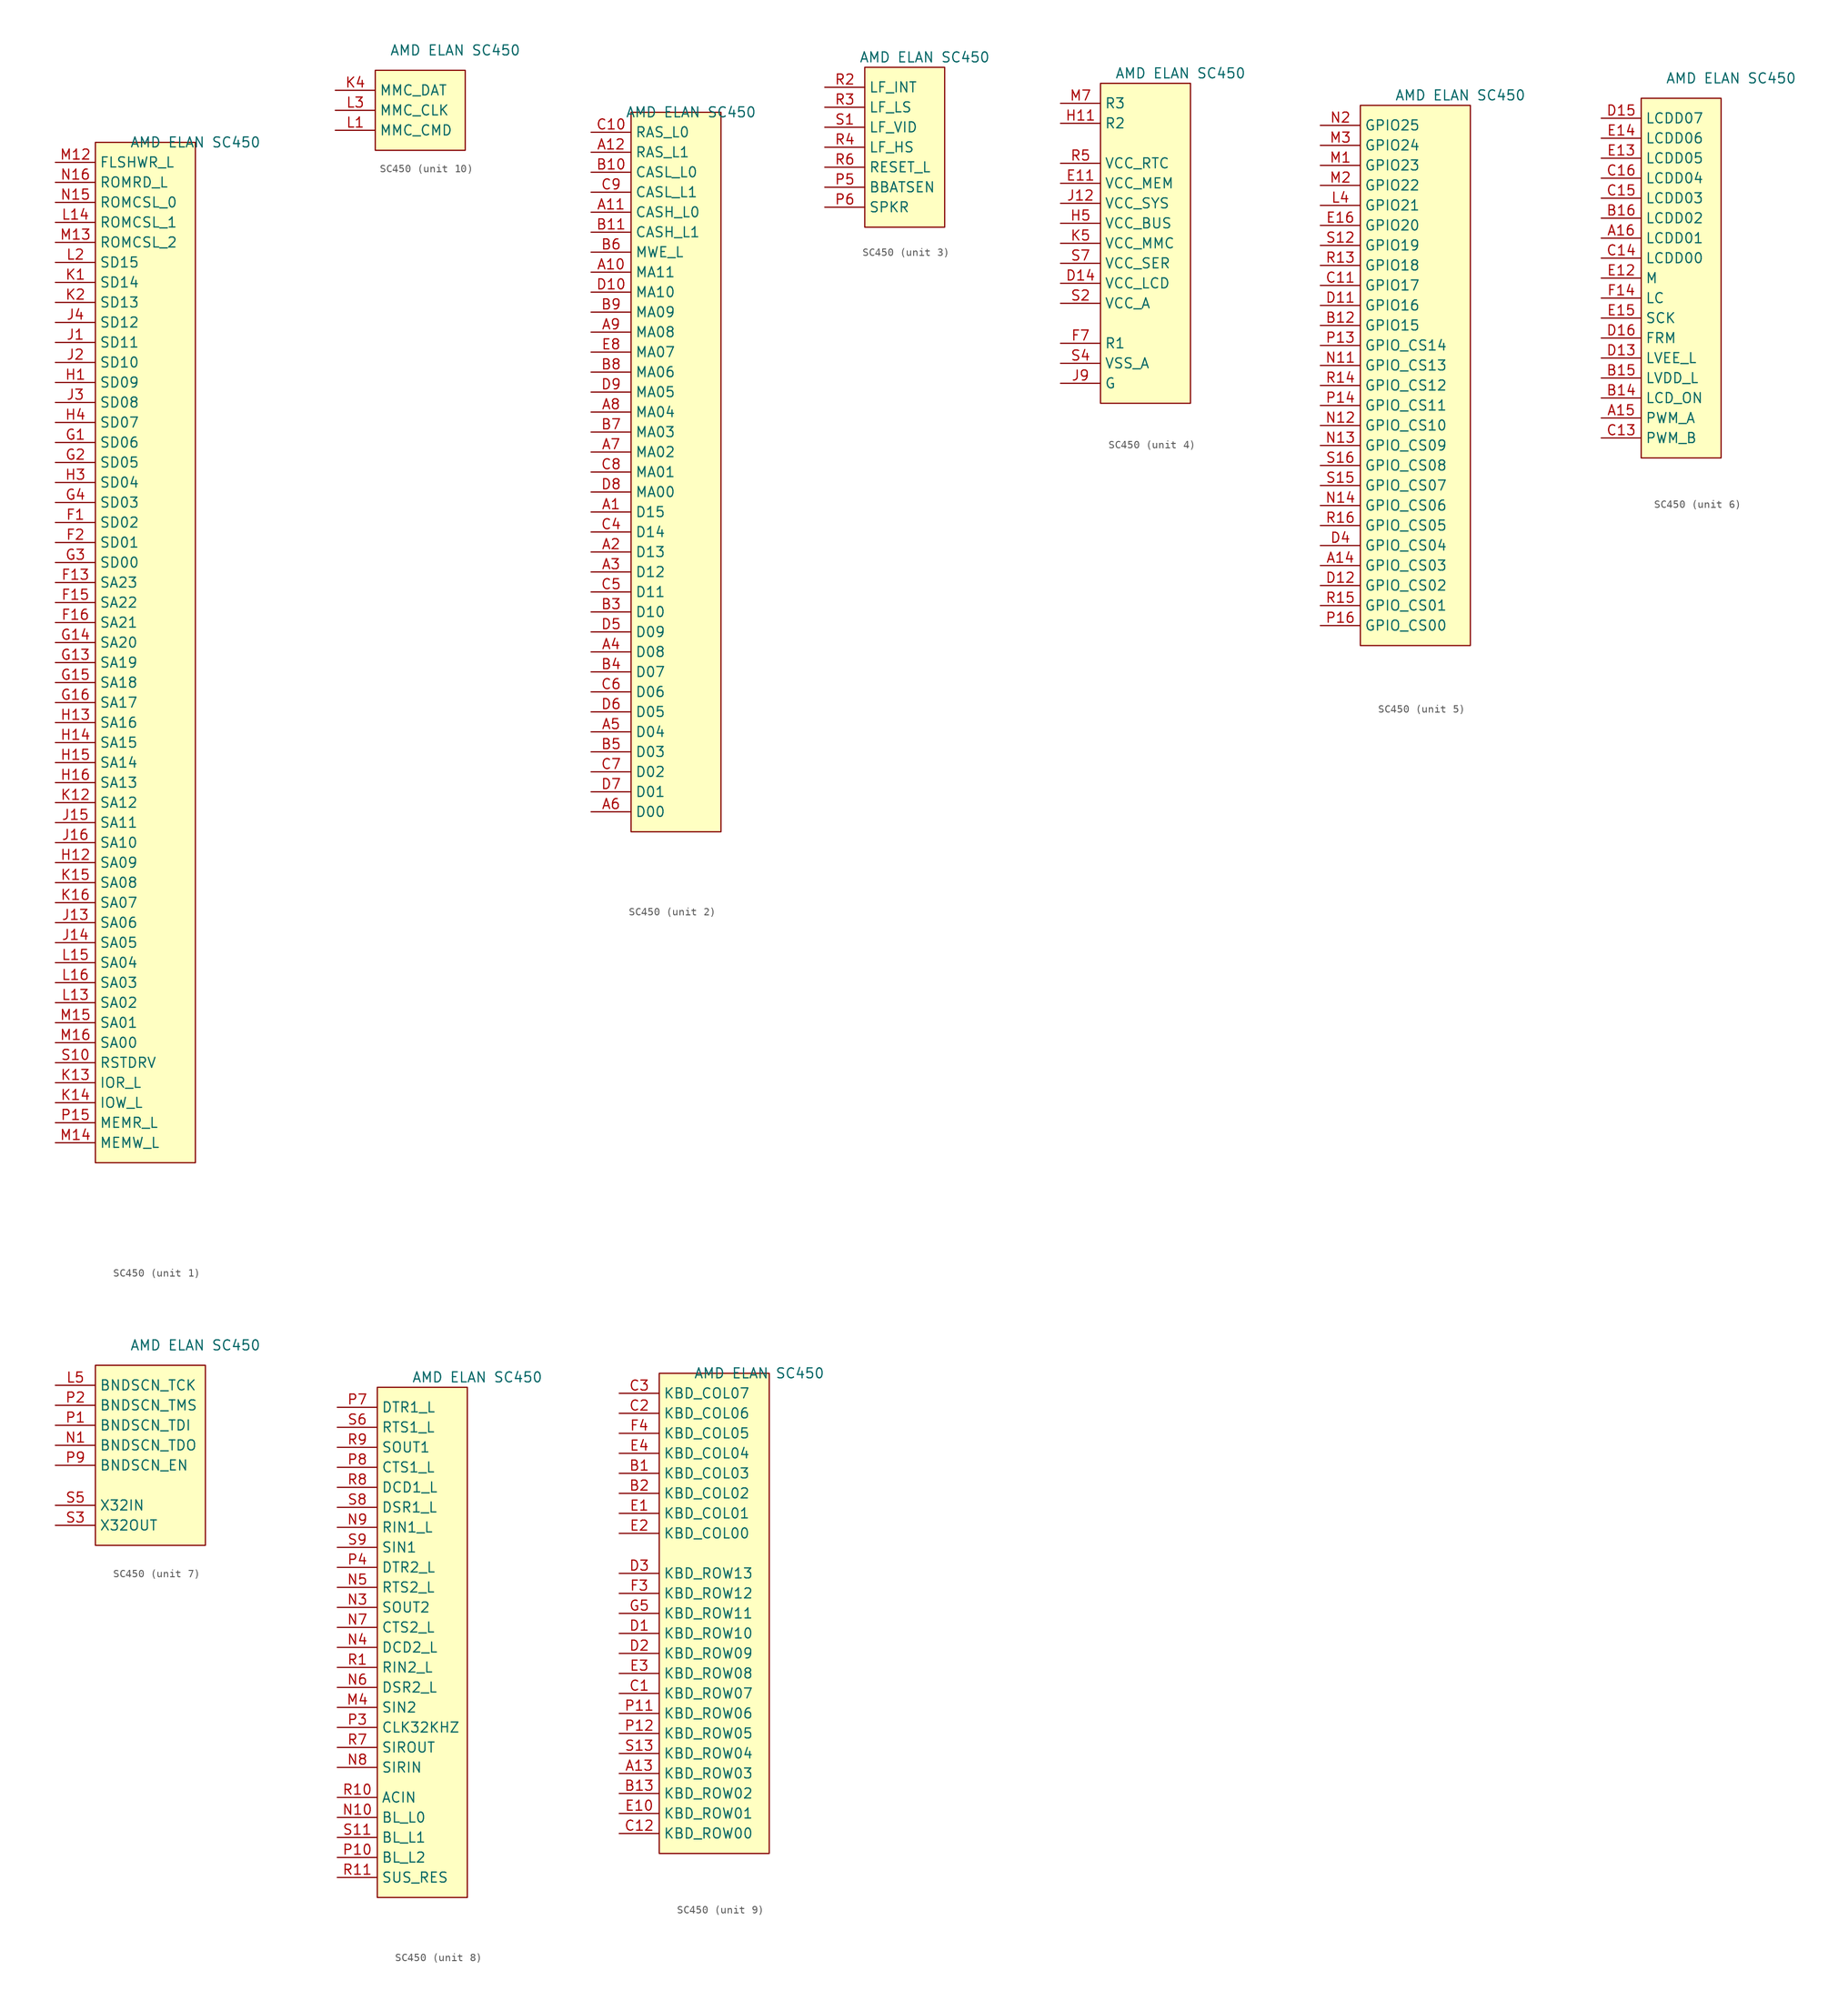
<source format=kicad_sym>
(kicad_symbol_lib
  (version 20241209)
  (generator "kicad_symbol_editor")
  (generator_version "9.0")
  (symbol "SC450"
    (property "Reference" "U"
      (at 0 1.27 0)
      (effects (font (size 1.27 1.27)) (hide yes)))
    (property "Value" "AMD ELAN SC450"
      (at 0 0 0)
      (effects (font (size 1.27 1.27))))
    (property "ki_locked" ""
      (at 0 0 0)
      (effects (font (size 1.27 1.27))))
    (symbol "SC450_1_1"
      (rectangle (start -12.7 0) (end 0 -129.54) (stroke (width 0) (type solid)) (fill (type background)))
      (pin passive line (at -17.78 -2.54 0) (length 5.08) (name "FLSHWR_L" (effects (font (size 1.27 1.27)))) (number "M12" (effects (font (size 1.27 1.27)))))
      (pin passive line (at -17.78 -5.08 0) (length 5.08) (name "ROMRD_L" (effects (font (size 1.27 1.27)))) (number "N16" (effects (font (size 1.27 1.27)))))
      (pin passive line (at -17.78 -7.62 0) (length 5.08) (name "ROMCSL_0" (effects (font (size 1.27 1.27)))) (number "N15" (effects (font (size 1.27 1.27)))))
      (pin passive line (at -17.78 -10.16 0) (length 5.08) (name "ROMCSL_1" (effects (font (size 1.27 1.27)))) (number "L14" (effects (font (size 1.27 1.27)))))
      (pin passive line (at -17.78 -12.7 0) (length 5.08) (name "ROMCSL_2" (effects (font (size 1.27 1.27)))) (number "M13" (effects (font (size 1.27 1.27)))))
      (pin passive line (at -17.78 -15.24 0) (length 5.08) (name "SD15" (effects (font (size 1.27 1.27)))) (number "L2" (effects (font (size 1.27 1.27)))))
      (pin passive line (at -17.78 -17.78 0) (length 5.08) (name "SD14" (effects (font (size 1.27 1.27)))) (number "K1" (effects (font (size 1.27 1.27)))))
      (pin passive line (at -17.78 -20.32 0) (length 5.08) (name "SD13" (effects (font (size 1.27 1.27)))) (number "K2" (effects (font (size 1.27 1.27)))))
      (pin passive line (at -17.78 -22.86 0) (length 5.08) (name "SD12" (effects (font (size 1.27 1.27)))) (number "J4" (effects (font (size 1.27 1.27)))))
      (pin passive line (at -17.78 -25.4 0) (length 5.08) (name "SD11" (effects (font (size 1.27 1.27)))) (number "J1" (effects (font (size 1.27 1.27)))))
      (pin passive line (at -17.78 -27.94 0) (length 5.08) (name "SD10" (effects (font (size 1.27 1.27)))) (number "J2" (effects (font (size 1.27 1.27)))))
      (pin passive line (at -17.78 -30.48 0) (length 5.08) (name "SD09" (effects (font (size 1.27 1.27)))) (number "H1" (effects (font (size 1.27 1.27)))))
      (pin passive line (at -17.78 -33.02 0) (length 5.08) (name "SD08" (effects (font (size 1.27 1.27)))) (number "J3" (effects (font (size 1.27 1.27)))))
      (pin passive line (at -17.78 -35.56 0) (length 5.08) (name "SD07" (effects (font (size 1.27 1.27)))) (number "H4" (effects (font (size 1.27 1.27)))))
      (pin passive line (at -17.78 -38.1 0) (length 5.08) (name "SD06" (effects (font (size 1.27 1.27)))) (number "G1" (effects (font (size 1.27 1.27)))))
      (pin passive line (at -17.78 -40.64 0) (length 5.08) (name "SD05" (effects (font (size 1.27 1.27)))) (number "G2" (effects (font (size 1.27 1.27)))))
      (pin passive line (at -17.78 -43.18 0) (length 5.08) (name "SD04" (effects (font (size 1.27 1.27)))) (number "H3" (effects (font (size 1.27 1.27)))))
      (pin passive line (at -17.78 -45.72 0) (length 5.08) (name "SD03" (effects (font (size 1.27 1.27)))) (number "G4" (effects (font (size 1.27 1.27)))))
      (pin passive line (at -17.78 -48.26 0) (length 5.08) (name "SD02" (effects (font (size 1.27 1.27)))) (number "F1" (effects (font (size 1.27 1.27)))))
      (pin passive line (at -17.78 -50.8 0) (length 5.08) (name "SD01" (effects (font (size 1.27 1.27)))) (number "F2" (effects (font (size 1.27 1.27)))))
      (pin passive line (at -17.78 -53.34 0) (length 5.08) (name "SD00" (effects (font (size 1.27 1.27)))) (number "G3" (effects (font (size 1.27 1.27)))))
      (pin passive line (at -17.78 -55.88 0) (length 5.08) (name "SA23" (effects (font (size 1.27 1.27)))) (number "F13" (effects (font (size 1.27 1.27)))))
      (pin passive line (at -17.78 -58.42 0) (length 5.08) (name "SA22" (effects (font (size 1.27 1.27)))) (number "F15" (effects (font (size 1.27 1.27)))))
      (pin passive line (at -17.78 -60.96 0) (length 5.08) (name "SA21" (effects (font (size 1.27 1.27)))) (number "F16" (effects (font (size 1.27 1.27)))))
      (pin passive line (at -17.78 -63.5 0) (length 5.08) (name "SA20" (effects (font (size 1.27 1.27)))) (number "G14" (effects (font (size 1.27 1.27)))))
      (pin passive line (at -17.78 -66.04 0) (length 5.08) (name "SA19" (effects (font (size 1.27 1.27)))) (number "G13" (effects (font (size 1.27 1.27)))))
      (pin passive line (at -17.78 -68.58 0) (length 5.08) (name "SA18" (effects (font (size 1.27 1.27)))) (number "G15" (effects (font (size 1.27 1.27)))))
      (pin passive line (at -17.78 -71.12 0) (length 5.08) (name "SA17" (effects (font (size 1.27 1.27)))) (number "G16" (effects (font (size 1.27 1.27)))))
      (pin passive line (at -17.78 -73.66 0) (length 5.08) (name "SA16" (effects (font (size 1.27 1.27)))) (number "H13" (effects (font (size 1.27 1.27)))))
      (pin passive line (at -17.78 -76.2 0) (length 5.08) (name "SA15" (effects (font (size 1.27 1.27)))) (number "H14" (effects (font (size 1.27 1.27)))))
      (pin passive line (at -17.78 -78.74 0) (length 5.08) (name "SA14" (effects (font (size 1.27 1.27)))) (number "H15" (effects (font (size 1.27 1.27)))))
      (pin passive line (at -17.78 -81.28 0) (length 5.08) (name "SA13" (effects (font (size 1.27 1.27)))) (number "H16" (effects (font (size 1.27 1.27)))))
      (pin passive line (at -17.78 -83.82 0) (length 5.08) (name "SA12" (effects (font (size 1.27 1.27)))) (number "K12" (effects (font (size 1.27 1.27)))))
      (pin passive line (at -17.78 -86.36 0) (length 5.08) (name "SA11" (effects (font (size 1.27 1.27)))) (number "J15" (effects (font (size 1.27 1.27)))))
      (pin passive line (at -17.78 -88.9 0) (length 5.08) (name "SA10" (effects (font (size 1.27 1.27)))) (number "J16" (effects (font (size 1.27 1.27)))))
      (pin passive line (at -17.78 -91.44 0) (length 5.08) (name "SA09" (effects (font (size 1.27 1.27)))) (number "H12" (effects (font (size 1.27 1.27)))))
      (pin passive line (at -17.78 -93.98 0) (length 5.08) (name "SA08" (effects (font (size 1.27 1.27)))) (number "K15" (effects (font (size 1.27 1.27)))))
      (pin passive line (at -17.78 -96.52 0) (length 5.08) (name "SA07" (effects (font (size 1.27 1.27)))) (number "K16" (effects (font (size 1.27 1.27)))))
      (pin passive line (at -17.78 -99.06 0) (length 5.08) (name "SA06" (effects (font (size 1.27 1.27)))) (number "J13" (effects (font (size 1.27 1.27)))))
      (pin passive line (at -17.78 -101.6 0) (length 5.08) (name "SA05" (effects (font (size 1.27 1.27)))) (number "J14" (effects (font (size 1.27 1.27)))))
      (pin passive line (at -17.78 -104.14 0) (length 5.08) (name "SA04" (effects (font (size 1.27 1.27)))) (number "L15" (effects (font (size 1.27 1.27)))))
      (pin passive line (at -17.78 -106.68 0) (length 5.08) (name "SA03" (effects (font (size 1.27 1.27)))) (number "L16" (effects (font (size 1.27 1.27)))))
      (pin passive line (at -17.78 -109.22 0) (length 5.08) (name "SA02" (effects (font (size 1.27 1.27)))) (number "L13" (effects (font (size 1.27 1.27)))))
      (pin passive line (at -17.78 -111.76 0) (length 5.08) (name "SA01" (effects (font (size 1.27 1.27)))) (number "M15" (effects (font (size 1.27 1.27)))))
      (pin passive line (at -17.78 -114.3 0) (length 5.08) (name "SA00" (effects (font (size 1.27 1.27)))) (number "M16" (effects (font (size 1.27 1.27)))))
      (pin passive line (at -17.78 -116.84 0) (length 5.08) (name "RSTDRV" (effects (font (size 1.27 1.27)))) (number "S10" (effects (font (size 1.27 1.27)))))
      (pin passive line (at -17.78 -119.38 0) (length 5.08) (name "IOR_L" (effects (font (size 1.27 1.27)))) (number "K13" (effects (font (size 1.27 1.27)))))
      (pin passive line (at -17.78 -121.92 0) (length 5.08) (name "IOW_L" (effects (font (size 1.27 1.27)))) (number "K14" (effects (font (size 1.27 1.27)))))
      (pin passive line (at -17.78 -124.46 0) (length 5.08) (name "MEMR_L" (effects (font (size 1.27 1.27)))) (number "P15" (effects (font (size 1.27 1.27)))))
      (pin passive line (at -17.78 -127 0) (length 5.08) (name "MEMW_L" (effects (font (size 1.27 1.27)))) (number "M14" (effects (font (size 1.27 1.27))))))
    (symbol "SC450_2_1"
      (rectangle (start -7.62 0) (end 3.81 -91.44) (stroke (width 0) (type solid)) (fill (type background)))
      (pin passive line (at -12.7 -2.54 0) (length 5.08) (name "RAS_L0" (effects (font (size 1.27 1.27)))) (number "C10" (effects (font (size 1.27 1.27)))))
      (pin passive line (at -12.7 -5.08 0) (length 5.08) (name "RAS_L1" (effects (font (size 1.27 1.27)))) (number "A12" (effects (font (size 1.27 1.27)))))
      (pin passive line (at -12.7 -7.62 0) (length 5.08) (name "CASL_L0" (effects (font (size 1.27 1.27)))) (number "B10" (effects (font (size 1.27 1.27)))))
      (pin passive line (at -12.7 -10.16 0) (length 5.08) (name "CASL_L1" (effects (font (size 1.27 1.27)))) (number "C9" (effects (font (size 1.27 1.27)))))
      (pin passive line (at -12.7 -12.7 0) (length 5.08) (name "CASH_L0" (effects (font (size 1.27 1.27)))) (number "A11" (effects (font (size 1.27 1.27)))))
      (pin passive line (at -12.7 -15.24 0) (length 5.08) (name "CASH_L1" (effects (font (size 1.27 1.27)))) (number "B11" (effects (font (size 1.27 1.27)))))
      (pin passive line (at -12.7 -17.78 0) (length 5.08) (name "MWE_L" (effects (font (size 1.27 1.27)))) (number "B6" (effects (font (size 1.27 1.27)))))
      (pin passive line (at -12.7 -20.32 0) (length 5.08) (name "MA11" (effects (font (size 1.27 1.27)))) (number "A10" (effects (font (size 1.27 1.27)))))
      (pin passive line (at -12.7 -22.86 0) (length 5.08) (name "MA10" (effects (font (size 1.27 1.27)))) (number "D10" (effects (font (size 1.27 1.27)))))
      (pin passive line (at -12.7 -25.4 0) (length 5.08) (name "MA09" (effects (font (size 1.27 1.27)))) (number "B9" (effects (font (size 1.27 1.27)))))
      (pin passive line (at -12.7 -27.94 0) (length 5.08) (name "MA08" (effects (font (size 1.27 1.27)))) (number "A9" (effects (font (size 1.27 1.27)))))
      (pin passive line (at -12.7 -30.48 0) (length 5.08) (name "MA07" (effects (font (size 1.27 1.27)))) (number "E8" (effects (font (size 1.27 1.27)))))
      (pin passive line (at -12.7 -33.02 0) (length 5.08) (name "MA06" (effects (font (size 1.27 1.27)))) (number "B8" (effects (font (size 1.27 1.27)))))
      (pin passive line (at -12.7 -35.56 0) (length 5.08) (name "MA05" (effects (font (size 1.27 1.27)))) (number "D9" (effects (font (size 1.27 1.27)))))
      (pin passive line (at -12.7 -38.1 0) (length 5.08) (name "MA04" (effects (font (size 1.27 1.27)))) (number "A8" (effects (font (size 1.27 1.27)))))
      (pin passive line (at -12.7 -40.64 0) (length 5.08) (name "MA03" (effects (font (size 1.27 1.27)))) (number "B7" (effects (font (size 1.27 1.27)))))
      (pin passive line (at -12.7 -43.18 0) (length 5.08) (name "MA02" (effects (font (size 1.27 1.27)))) (number "A7" (effects (font (size 1.27 1.27)))))
      (pin passive line (at -12.7 -45.72 0) (length 5.08) (name "MA01" (effects (font (size 1.27 1.27)))) (number "C8" (effects (font (size 1.27 1.27)))))
      (pin passive line (at -12.7 -48.26 0) (length 5.08) (name "MA00" (effects (font (size 1.27 1.27)))) (number "D8" (effects (font (size 1.27 1.27)))))
      (pin passive line (at -12.7 -50.8 0) (length 5.08) (name "D15" (effects (font (size 1.27 1.27)))) (number "A1" (effects (font (size 1.27 1.27)))))
      (pin passive line (at -12.7 -53.34 0) (length 5.08) (name "D14" (effects (font (size 1.27 1.27)))) (number "C4" (effects (font (size 1.27 1.27)))))
      (pin passive line (at -12.7 -55.88 0) (length 5.08) (name "D13" (effects (font (size 1.27 1.27)))) (number "A2" (effects (font (size 1.27 1.27)))))
      (pin passive line (at -12.7 -58.42 0) (length 5.08) (name "D12" (effects (font (size 1.27 1.27)))) (number "A3" (effects (font (size 1.27 1.27)))))
      (pin passive line (at -12.7 -60.96 0) (length 5.08) (name "D11" (effects (font (size 1.27 1.27)))) (number "C5" (effects (font (size 1.27 1.27)))))
      (pin passive line (at -12.7 -63.5 0) (length 5.08) (name "D10" (effects (font (size 1.27 1.27)))) (number "B3" (effects (font (size 1.27 1.27)))))
      (pin passive line (at -12.7 -66.04 0) (length 5.08) (name "D09" (effects (font (size 1.27 1.27)))) (number "D5" (effects (font (size 1.27 1.27)))))
      (pin passive line (at -12.7 -68.58 0) (length 5.08) (name "D08" (effects (font (size 1.27 1.27)))) (number "A4" (effects (font (size 1.27 1.27)))))
      (pin passive line (at -12.7 -71.12 0) (length 5.08) (name "D07" (effects (font (size 1.27 1.27)))) (number "B4" (effects (font (size 1.27 1.27)))))
      (pin passive line (at -12.7 -73.66 0) (length 5.08) (name "D06" (effects (font (size 1.27 1.27)))) (number "C6" (effects (font (size 1.27 1.27)))))
      (pin passive line (at -12.7 -76.2 0) (length 5.08) (name "D05" (effects (font (size 1.27 1.27)))) (number "D6" (effects (font (size 1.27 1.27)))))
      (pin passive line (at -12.7 -78.74 0) (length 5.08) (name "D04" (effects (font (size 1.27 1.27)))) (number "A5" (effects (font (size 1.27 1.27)))))
      (pin passive line (at -12.7 -81.28 0) (length 5.08) (name "D03" (effects (font (size 1.27 1.27)))) (number "B5" (effects (font (size 1.27 1.27)))))
      (pin passive line (at -12.7 -83.82 0) (length 5.08) (name "D02" (effects (font (size 1.27 1.27)))) (number "C7" (effects (font (size 1.27 1.27)))))
      (pin passive line (at -12.7 -86.36 0) (length 5.08) (name "D01" (effects (font (size 1.27 1.27)))) (number "D7" (effects (font (size 1.27 1.27)))))
      (pin passive line (at -12.7 -88.9 0) (length 5.08) (name "D00" (effects (font (size 1.27 1.27)))) (number "A6" (effects (font (size 1.27 1.27))))))
    (symbol "SC450_3_1"
      (rectangle (start -7.62 -1.27) (end 2.54 -21.59) (stroke (width 0) (type solid)) (fill (type background)))
      (pin passive line (at -12.7 -3.81 0) (length 5.08) (name "LF_INT" (effects (font (size 1.27 1.27)))) (number "R2" (effects (font (size 1.27 1.27)))))
      (pin passive line (at -12.7 -6.35 0) (length 5.08) (name "LF_LS" (effects (font (size 1.27 1.27)))) (number "R3" (effects (font (size 1.27 1.27)))))
      (pin passive line (at -12.7 -8.89 0) (length 5.08) (name "LF_VID" (effects (font (size 1.27 1.27)))) (number "S1" (effects (font (size 1.27 1.27)))))
      (pin passive line (at -12.7 -11.43 0) (length 5.08) (name "LF_HS" (effects (font (size 1.27 1.27)))) (number "R4" (effects (font (size 1.27 1.27)))))
      (pin passive line (at -12.7 -13.97 0) (length 5.08) (name "RESET_L" (effects (font (size 1.27 1.27)))) (number "R6" (effects (font (size 1.27 1.27)))))
      (pin passive line (at -12.7 -16.51 0) (length 5.08) (name "BBATSEN" (effects (font (size 1.27 1.27)))) (number "P5" (effects (font (size 1.27 1.27)))))
      (pin passive line (at -12.7 -19.05 0) (length 5.08) (name "SPKR" (effects (font (size 1.27 1.27)))) (number "P6" (effects (font (size 1.27 1.27))))))
    (symbol "SC450_4_1"
      (rectangle (start -10.16 -1.27) (end 1.27 -41.91) (stroke (width 0) (type solid)) (fill (type background)))
      (pin passive line (at -15.24 -3.81 0) (length 5.08) (hide yes) (name "R3" (effects (font (size 1.27 1.27)))) (number "G6" (effects (font (size 1.27 1.27)))))
      (pin passive line (at -15.24 -3.81 0) (length 5.08) (hide yes) (name "R3" (effects (font (size 1.27 1.27)))) (number "H6" (effects (font (size 1.27 1.27)))))
      (pin passive line (at -15.24 -3.81 0) (length 5.08) (hide yes) (name "R3" (effects (font (size 1.27 1.27)))) (number "J6" (effects (font (size 1.27 1.27)))))
      (pin passive line (at -15.24 -3.81 0) (length 5.08) (hide yes) (name "R3" (effects (font (size 1.27 1.27)))) (number "L6" (effects (font (size 1.27 1.27)))))
      (pin passive line (at -15.24 -3.81 0) (length 5.08) (hide yes) (name "R3" (effects (font (size 1.27 1.27)))) (number "M10" (effects (font (size 1.27 1.27)))))
      (pin passive line (at -15.24 -3.81 0) (length 5.08) (hide yes) (name "R3" (effects (font (size 1.27 1.27)))) (number "M6" (effects (font (size 1.27 1.27)))))
      (pin passive line (at -15.24 -3.81 0) (length 5.08) (name "R3" (effects (font (size 1.27 1.27)))) (number "M7" (effects (font (size 1.27 1.27)))))
      (pin passive line (at -15.24 -3.81 0) (length 5.08) (hide yes) (name "R3" (effects (font (size 1.27 1.27)))) (number "M8" (effects (font (size 1.27 1.27)))))
      (pin passive line (at -15.24 -3.81 0) (length 5.08) (hide yes) (name "R3" (effects (font (size 1.27 1.27)))) (number "M9" (effects (font (size 1.27 1.27)))))
      (pin passive line (at -15.24 -6.35 0) (length 5.08) (hide yes) (name "R2" (effects (font (size 1.27 1.27)))) (number "F11" (effects (font (size 1.27 1.27)))))
      (pin passive line (at -15.24 -6.35 0) (length 5.08) (hide yes) (name "R2" (effects (font (size 1.27 1.27)))) (number "F6" (effects (font (size 1.27 1.27)))))
      (pin passive line (at -15.24 -6.35 0) (length 5.08) (hide yes) (name "R2" (effects (font (size 1.27 1.27)))) (number "G11" (effects (font (size 1.27 1.27)))))
      (pin passive line (at -15.24 -6.35 0) (length 5.08) (name "R2" (effects (font (size 1.27 1.27)))) (number "H11" (effects (font (size 1.27 1.27)))))
      (pin passive line (at -15.24 -6.35 0) (length 5.08) (hide yes) (name "R2" (effects (font (size 1.27 1.27)))) (number "J11" (effects (font (size 1.27 1.27)))))
      (pin passive line (at -15.24 -6.35 0) (length 5.08) (hide yes) (name "R2" (effects (font (size 1.27 1.27)))) (number "K11" (effects (font (size 1.27 1.27)))))
      (pin passive line (at -15.24 -6.35 0) (length 5.08) (hide yes) (name "R2" (effects (font (size 1.27 1.27)))) (number "K6" (effects (font (size 1.27 1.27)))))
      (pin passive line (at -15.24 -11.43 0) (length 5.08) (name "VCC_RTC" (effects (font (size 1.27 1.27)))) (number "R5" (effects (font (size 1.27 1.27)))))
      (pin passive line (at -15.24 -13.97 0) (length 5.08) (name "VCC_MEM" (effects (font (size 1.27 1.27)))) (number "E11" (effects (font (size 1.27 1.27)))))
      (pin passive line (at -15.24 -13.97 0) (length 5.08) (hide yes) (name "VCC_MEM" (effects (font (size 1.27 1.27)))) (number "E5" (effects (font (size 1.27 1.27)))))
      (pin passive line (at -15.24 -13.97 0) (length 5.08) (hide yes) (name "VCC_MEM" (effects (font (size 1.27 1.27)))) (number "E6" (effects (font (size 1.27 1.27)))))
      (pin passive line (at -15.24 -13.97 0) (length 5.08) (hide yes) (name "VCC_MEM" (effects (font (size 1.27 1.27)))) (number "E7" (effects (font (size 1.27 1.27)))))
      (pin passive line (at -15.24 -13.97 0) (length 5.08) (hide yes) (name "VCC_MEM" (effects (font (size 1.27 1.27)))) (number "E9" (effects (font (size 1.27 1.27)))))
      (pin passive line (at -15.24 -13.97 0) (length 5.08) (hide yes) (name "VCC_MEM" (effects (font (size 1.27 1.27)))) (number "F5" (effects (font (size 1.27 1.27)))))
      (pin passive line (at -15.24 -16.51 0) (length 5.08) (hide yes) (name "VCC_SYS" (effects (font (size 1.27 1.27)))) (number "G12" (effects (font (size 1.27 1.27)))))
      (pin passive line (at -15.24 -16.51 0) (length 5.08) (name "VCC_SYS" (effects (font (size 1.27 1.27)))) (number "J12" (effects (font (size 1.27 1.27)))))
      (pin passive line (at -15.24 -16.51 0) (length 5.08) (hide yes) (name "VCC_SYS" (effects (font (size 1.27 1.27)))) (number "L12" (effects (font (size 1.27 1.27)))))
      (pin passive line (at -15.24 -16.51 0) (length 5.08) (hide yes) (name "VCC_SYS" (effects (font (size 1.27 1.27)))) (number "M11" (effects (font (size 1.27 1.27)))))
      (pin passive line (at -15.24 -16.51 0) (length 5.08) (hide yes) (name "VCC_SYS" (effects (font (size 1.27 1.27)))) (number "R12" (effects (font (size 1.27 1.27)))))
      (pin passive line (at -15.24 -16.51 0) (length 5.08) (hide yes) (name "VCC_SYS" (effects (font (size 1.27 1.27)))) (number "S14" (effects (font (size 1.27 1.27)))))
      (pin passive line (at -15.24 -19.05 0) (length 5.08) (hide yes) (name "VCC_BUS" (effects (font (size 1.27 1.27)))) (number "H2" (effects (font (size 1.27 1.27)))))
      (pin passive line (at -15.24 -19.05 0) (length 5.08) (name "VCC_BUS" (effects (font (size 1.27 1.27)))) (number "H5" (effects (font (size 1.27 1.27)))))
      (pin passive line (at -15.24 -19.05 0) (length 5.08) (hide yes) (name "VCC_BUS" (effects (font (size 1.27 1.27)))) (number "J5" (effects (font (size 1.27 1.27)))))
      (pin passive line (at -15.24 -19.05 0) (length 5.08) (hide yes) (name "VCC_BUS" (effects (font (size 1.27 1.27)))) (number "K3" (effects (font (size 1.27 1.27)))))
      (pin passive line (at -15.24 -21.59 0) (length 5.08) (name "VCC_MMC" (effects (font (size 1.27 1.27)))) (number "K5" (effects (font (size 1.27 1.27)))))
      (pin passive line (at -15.24 -24.13 0) (length 5.08) (hide yes) (name "VCC_SER" (effects (font (size 1.27 1.27)))) (number "M5" (effects (font (size 1.27 1.27)))))
      (pin passive line (at -15.24 -24.13 0) (length 5.08) (name "VCC_SER" (effects (font (size 1.27 1.27)))) (number "S7" (effects (font (size 1.27 1.27)))))
      (pin passive line (at -15.24 -26.67 0) (length 5.08) (name "VCC_LCD" (effects (font (size 1.27 1.27)))) (number "D14" (effects (font (size 1.27 1.27)))))
      (pin passive line (at -15.24 -26.67 0) (length 5.08) (hide yes) (name "VCC_LCD" (effects (font (size 1.27 1.27)))) (number "F12" (effects (font (size 1.27 1.27)))))
      (pin passive line (at -15.24 -29.21 0) (length 5.08) (name "VCC_A" (effects (font (size 1.27 1.27)))) (number "S2" (effects (font (size 1.27 1.27)))))
      (pin passive line (at -15.24 -34.29 0) (length 5.08) (hide yes) (name "R1" (effects (font (size 1.27 1.27)))) (number "F10" (effects (font (size 1.27 1.27)))))
      (pin passive line (at -15.24 -34.29 0) (length 5.08) (name "R1" (effects (font (size 1.27 1.27)))) (number "F7" (effects (font (size 1.27 1.27)))))
      (pin passive line (at -15.24 -34.29 0) (length 5.08) (hide yes) (name "R1" (effects (font (size 1.27 1.27)))) (number "F8" (effects (font (size 1.27 1.27)))))
      (pin passive line (at -15.24 -34.29 0) (length 5.08) (hide yes) (name "R1" (effects (font (size 1.27 1.27)))) (number "F9" (effects (font (size 1.27 1.27)))))
      (pin passive line (at -15.24 -34.29 0) (length 5.08) (hide yes) (name "R1" (effects (font (size 1.27 1.27)))) (number "G10" (effects (font (size 1.27 1.27)))))
      (pin passive line (at -15.24 -34.29 0) (length 5.08) (hide yes) (name "R1" (effects (font (size 1.27 1.27)))) (number "G7" (effects (font (size 1.27 1.27)))))
      (pin passive line (at -15.24 -34.29 0) (length 5.08) (hide yes) (name "R1" (effects (font (size 1.27 1.27)))) (number "H10" (effects (font (size 1.27 1.27)))))
      (pin passive line (at -15.24 -34.29 0) (length 5.08) (hide yes) (name "R1" (effects (font (size 1.27 1.27)))) (number "H7" (effects (font (size 1.27 1.27)))))
      (pin passive line (at -15.24 -34.29 0) (length 5.08) (hide yes) (name "R1" (effects (font (size 1.27 1.27)))) (number "J10" (effects (font (size 1.27 1.27)))))
      (pin passive line (at -15.24 -34.29 0) (length 5.08) (hide yes) (name "R1" (effects (font (size 1.27 1.27)))) (number "J7" (effects (font (size 1.27 1.27)))))
      (pin passive line (at -15.24 -34.29 0) (length 5.08) (hide yes) (name "R1" (effects (font (size 1.27 1.27)))) (number "K10" (effects (font (size 1.27 1.27)))))
      (pin passive line (at -15.24 -34.29 0) (length 5.08) (hide yes) (name "R1" (effects (font (size 1.27 1.27)))) (number "K7" (effects (font (size 1.27 1.27)))))
      (pin passive line (at -15.24 -34.29 0) (length 5.08) (hide yes) (name "R1" (effects (font (size 1.27 1.27)))) (number "L10" (effects (font (size 1.27 1.27)))))
      (pin passive line (at -15.24 -34.29 0) (length 5.08) (hide yes) (name "R1" (effects (font (size 1.27 1.27)))) (number "L11" (effects (font (size 1.27 1.27)))))
      (pin passive line (at -15.24 -34.29 0) (length 5.08) (hide yes) (name "R1" (effects (font (size 1.27 1.27)))) (number "L7" (effects (font (size 1.27 1.27)))))
      (pin passive line (at -15.24 -34.29 0) (length 5.08) (hide yes) (name "R1" (effects (font (size 1.27 1.27)))) (number "L8" (effects (font (size 1.27 1.27)))))
      (pin passive line (at -15.24 -34.29 0) (length 5.08) (hide yes) (name "R1" (effects (font (size 1.27 1.27)))) (number "L9" (effects (font (size 1.27 1.27)))))
      (pin passive line (at -15.24 -36.83 0) (length 5.08) (name "VSS_A" (effects (font (size 1.27 1.27)))) (number "S4" (effects (font (size 1.27 1.27)))))
      (pin passive line (at -15.24 -39.37 0) (length 5.08) (hide yes) (name "G" (effects (font (size 1.27 1.27)))) (number "G8" (effects (font (size 1.27 1.27)))))
      (pin passive line (at -15.24 -39.37 0) (length 5.08) (hide yes) (name "G" (effects (font (size 1.27 1.27)))) (number "G9" (effects (font (size 1.27 1.27)))))
      (pin passive line (at -15.24 -39.37 0) (length 5.08) (hide yes) (name "G" (effects (font (size 1.27 1.27)))) (number "H8" (effects (font (size 1.27 1.27)))))
      (pin passive line (at -15.24 -39.37 0) (length 5.08) (hide yes) (name "G" (effects (font (size 1.27 1.27)))) (number "H9" (effects (font (size 1.27 1.27)))))
      (pin passive line (at -15.24 -39.37 0) (length 5.08) (hide yes) (name "G" (effects (font (size 1.27 1.27)))) (number "J8" (effects (font (size 1.27 1.27)))))
      (pin passive line (at -15.24 -39.37 0) (length 5.08) (name "G" (effects (font (size 1.27 1.27)))) (number "J9" (effects (font (size 1.27 1.27)))))
      (pin passive line (at -15.24 -39.37 0) (length 5.08) (hide yes) (name "G" (effects (font (size 1.27 1.27)))) (number "K8" (effects (font (size 1.27 1.27)))))
      (pin passive line (at -15.24 -39.37 0) (length 5.08) (hide yes) (name "G" (effects (font (size 1.27 1.27)))) (number "K9" (effects (font (size 1.27 1.27))))))
    (symbol "SC450_5_1"
      (rectangle (start -12.7 -1.27) (end 1.27 -69.85) (stroke (width 0) (type solid)) (fill (type background)))
      (pin passive line (at -17.78 -3.81 0) (length 5.08) (name "GPIO25" (effects (font (size 1.27 1.27)))) (number "N2" (effects (font (size 1.27 1.27)))))
      (pin passive line (at -17.78 -6.35 0) (length 5.08) (name "GPIO24" (effects (font (size 1.27 1.27)))) (number "M3" (effects (font (size 1.27 1.27)))))
      (pin passive line (at -17.78 -8.89 0) (length 5.08) (name "GPIO23" (effects (font (size 1.27 1.27)))) (number "M1" (effects (font (size 1.27 1.27)))))
      (pin passive line (at -17.78 -11.43 0) (length 5.08) (name "GPIO22" (effects (font (size 1.27 1.27)))) (number "M2" (effects (font (size 1.27 1.27)))))
      (pin passive line (at -17.78 -13.97 0) (length 5.08) (name "GPIO21" (effects (font (size 1.27 1.27)))) (number "L4" (effects (font (size 1.27 1.27)))))
      (pin passive line (at -17.78 -16.51 0) (length 5.08) (name "GPIO20" (effects (font (size 1.27 1.27)))) (number "E16" (effects (font (size 1.27 1.27)))))
      (pin passive line (at -17.78 -19.05 0) (length 5.08) (name "GPIO19" (effects (font (size 1.27 1.27)))) (number "S12" (effects (font (size 1.27 1.27)))))
      (pin passive line (at -17.78 -21.59 0) (length 5.08) (name "GPIO18" (effects (font (size 1.27 1.27)))) (number "R13" (effects (font (size 1.27 1.27)))))
      (pin passive line (at -17.78 -24.13 0) (length 5.08) (name "GPIO17" (effects (font (size 1.27 1.27)))) (number "C11" (effects (font (size 1.27 1.27)))))
      (pin passive line (at -17.78 -26.67 0) (length 5.08) (name "GPIO16" (effects (font (size 1.27 1.27)))) (number "D11" (effects (font (size 1.27 1.27)))))
      (pin passive line (at -17.78 -29.21 0) (length 5.08) (name "GPIO15" (effects (font (size 1.27 1.27)))) (number "B12" (effects (font (size 1.27 1.27)))))
      (pin passive line (at -17.78 -31.75 0) (length 5.08) (name "GPIO_CS14" (effects (font (size 1.27 1.27)))) (number "P13" (effects (font (size 1.27 1.27)))))
      (pin passive line (at -17.78 -34.29 0) (length 5.08) (name "GPIO_CS13" (effects (font (size 1.27 1.27)))) (number "N11" (effects (font (size 1.27 1.27)))))
      (pin passive line (at -17.78 -36.83 0) (length 5.08) (name "GPIO_CS12" (effects (font (size 1.27 1.27)))) (number "R14" (effects (font (size 1.27 1.27)))))
      (pin passive line (at -17.78 -39.37 0) (length 5.08) (name "GPIO_CS11" (effects (font (size 1.27 1.27)))) (number "P14" (effects (font (size 1.27 1.27)))))
      (pin passive line (at -17.78 -41.91 0) (length 5.08) (name "GPIO_CS10" (effects (font (size 1.27 1.27)))) (number "N12" (effects (font (size 1.27 1.27)))))
      (pin passive line (at -17.78 -44.45 0) (length 5.08) (name "GPIO_CS09" (effects (font (size 1.27 1.27)))) (number "N13" (effects (font (size 1.27 1.27)))))
      (pin passive line (at -17.78 -46.99 0) (length 5.08) (name "GPIO_CS08" (effects (font (size 1.27 1.27)))) (number "S16" (effects (font (size 1.27 1.27)))))
      (pin passive line (at -17.78 -49.53 0) (length 5.08) (name "GPIO_CS07" (effects (font (size 1.27 1.27)))) (number "S15" (effects (font (size 1.27 1.27)))))
      (pin passive line (at -17.78 -52.07 0) (length 5.08) (name "GPIO_CS06" (effects (font (size 1.27 1.27)))) (number "N14" (effects (font (size 1.27 1.27)))))
      (pin passive line (at -17.78 -54.61 0) (length 5.08) (name "GPIO_CS05" (effects (font (size 1.27 1.27)))) (number "R16" (effects (font (size 1.27 1.27)))))
      (pin passive line (at -17.78 -57.15 0) (length 5.08) (name "GPIO_CS04" (effects (font (size 1.27 1.27)))) (number "D4" (effects (font (size 1.27 1.27)))))
      (pin passive line (at -17.78 -59.69 0) (length 5.08) (name "GPIO_CS03" (effects (font (size 1.27 1.27)))) (number "A14" (effects (font (size 1.27 1.27)))))
      (pin passive line (at -17.78 -62.23 0) (length 5.08) (name "GPIO_CS02" (effects (font (size 1.27 1.27)))) (number "D12" (effects (font (size 1.27 1.27)))))
      (pin passive line (at -17.78 -64.77 0) (length 5.08) (name "GPIO_CS01" (effects (font (size 1.27 1.27)))) (number "R15" (effects (font (size 1.27 1.27)))))
      (pin passive line (at -17.78 -67.31 0) (length 5.08) (name "GPIO_CS00" (effects (font (size 1.27 1.27)))) (number "P16" (effects (font (size 1.27 1.27))))))
    (symbol "SC450_6_1"
      (rectangle (start -11.43 -2.54) (end -1.27 -48.26) (stroke (width 0) (type solid)) (fill (type background)))
      (pin passive line (at -16.51 -5.08 0) (length 5.08) (name "LCDD07" (effects (font (size 1.27 1.27)))) (number "D15" (effects (font (size 1.27 1.27)))))
      (pin passive line (at -16.51 -7.62 0) (length 5.08) (name "LCDD06" (effects (font (size 1.27 1.27)))) (number "E14" (effects (font (size 1.27 1.27)))))
      (pin passive line (at -16.51 -10.16 0) (length 5.08) (name "LCDD05" (effects (font (size 1.27 1.27)))) (number "E13" (effects (font (size 1.27 1.27)))))
      (pin passive line (at -16.51 -12.7 0) (length 5.08) (name "LCDD04" (effects (font (size 1.27 1.27)))) (number "C16" (effects (font (size 1.27 1.27)))))
      (pin passive line (at -16.51 -15.24 0) (length 5.08) (name "LCDD03" (effects (font (size 1.27 1.27)))) (number "C15" (effects (font (size 1.27 1.27)))))
      (pin passive line (at -16.51 -17.78 0) (length 5.08) (name "LCDD02" (effects (font (size 1.27 1.27)))) (number "B16" (effects (font (size 1.27 1.27)))))
      (pin passive line (at -16.51 -20.32 0) (length 5.08) (name "LCDD01" (effects (font (size 1.27 1.27)))) (number "A16" (effects (font (size 1.27 1.27)))))
      (pin passive line (at -16.51 -22.86 0) (length 5.08) (name "LCDD00" (effects (font (size 1.27 1.27)))) (number "C14" (effects (font (size 1.27 1.27)))))
      (pin passive line (at -16.51 -25.4 0) (length 5.08) (name "M" (effects (font (size 1.27 1.27)))) (number "E12" (effects (font (size 1.27 1.27)))))
      (pin passive line (at -16.51 -27.94 0) (length 5.08) (name "LC" (effects (font (size 1.27 1.27)))) (number "F14" (effects (font (size 1.27 1.27)))))
      (pin passive line (at -16.51 -30.48 0) (length 5.08) (name "SCK" (effects (font (size 1.27 1.27)))) (number "E15" (effects (font (size 1.27 1.27)))))
      (pin passive line (at -16.51 -33.02 0) (length 5.08) (name "FRM" (effects (font (size 1.27 1.27)))) (number "D16" (effects (font (size 1.27 1.27)))))
      (pin passive line (at -16.51 -35.56 0) (length 5.08) (name "LVEE_L" (effects (font (size 1.27 1.27)))) (number "D13" (effects (font (size 1.27 1.27)))))
      (pin passive line (at -16.51 -38.1 0) (length 5.08) (name "LVDD_L" (effects (font (size 1.27 1.27)))) (number "B15" (effects (font (size 1.27 1.27)))))
      (pin passive line (at -16.51 -40.64 0) (length 5.08) (name "LCD_ON" (effects (font (size 1.27 1.27)))) (number "B14" (effects (font (size 1.27 1.27)))))
      (pin passive line (at -16.51 -43.18 0) (length 5.08) (name "PWM_A" (effects (font (size 1.27 1.27)))) (number "A15" (effects (font (size 1.27 1.27)))))
      (pin passive line (at -16.51 -45.72 0) (length 5.08) (name "PWM_B" (effects (font (size 1.27 1.27)))) (number "C13" (effects (font (size 1.27 1.27))))))
    (symbol "SC450_7_1"
      (rectangle (start -12.7 -2.54) (end 1.27 -25.4) (stroke (width 0) (type solid)) (fill (type background)))
      (pin passive line (at -17.78 -5.08 0) (length 5.08) (name "BNDSCN_TCK" (effects (font (size 1.27 1.27)))) (number "L5" (effects (font (size 1.27 1.27)))))
      (pin passive line (at -17.78 -7.62 0) (length 5.08) (name "BNDSCN_TMS" (effects (font (size 1.27 1.27)))) (number "P2" (effects (font (size 1.27 1.27)))))
      (pin passive line (at -17.78 -10.16 0) (length 5.08) (name "BNDSCN_TDI" (effects (font (size 1.27 1.27)))) (number "P1" (effects (font (size 1.27 1.27)))))
      (pin passive line (at -17.78 -12.7 0) (length 5.08) (name "BNDSCN_TDO" (effects (font (size 1.27 1.27)))) (number "N1" (effects (font (size 1.27 1.27)))))
      (pin passive line (at -17.78 -15.24 0) (length 5.08) (name "BNDSCN_EN" (effects (font (size 1.27 1.27)))) (number "P9" (effects (font (size 1.27 1.27)))))
      (pin passive line (at -17.78 -20.32 0) (length 5.08) (name "X32IN" (effects (font (size 1.27 1.27)))) (number "S5" (effects (font (size 1.27 1.27)))))
      (pin passive line (at -17.78 -22.86 0) (length 5.08) (name "X32OUT" (effects (font (size 1.27 1.27)))) (number "S3" (effects (font (size 1.27 1.27))))))
    (symbol "SC450_8_1"
      (rectangle (start -12.7 -1.27) (end -1.27 -66.04) (stroke (width 0) (type solid)) (fill (type background)))
      (pin passive line (at -17.78 -3.81 0) (length 5.08) (name "DTR1_L" (effects (font (size 1.27 1.27)))) (number "P7" (effects (font (size 1.27 1.27)))))
      (pin passive line (at -17.78 -6.35 0) (length 5.08) (name "RTS1_L" (effects (font (size 1.27 1.27)))) (number "S6" (effects (font (size 1.27 1.27)))))
      (pin passive line (at -17.78 -8.89 0) (length 5.08) (name "SOUT1" (effects (font (size 1.27 1.27)))) (number "R9" (effects (font (size 1.27 1.27)))))
      (pin passive line (at -17.78 -11.43 0) (length 5.08) (name "CTS1_L" (effects (font (size 1.27 1.27)))) (number "P8" (effects (font (size 1.27 1.27)))))
      (pin passive line (at -17.78 -13.97 0) (length 5.08) (name "DCD1_L" (effects (font (size 1.27 1.27)))) (number "R8" (effects (font (size 1.27 1.27)))))
      (pin passive line (at -17.78 -16.51 0) (length 5.08) (name "DSR1_L" (effects (font (size 1.27 1.27)))) (number "S8" (effects (font (size 1.27 1.27)))))
      (pin passive line (at -17.78 -19.05 0) (length 5.08) (name "RIN1_L" (effects (font (size 1.27 1.27)))) (number "N9" (effects (font (size 1.27 1.27)))))
      (pin passive line (at -17.78 -21.59 0) (length 5.08) (name "SIN1" (effects (font (size 1.27 1.27)))) (number "S9" (effects (font (size 1.27 1.27)))))
      (pin passive line (at -17.78 -24.13 0) (length 5.08) (name "DTR2_L" (effects (font (size 1.27 1.27)))) (number "P4" (effects (font (size 1.27 1.27)))))
      (pin passive line (at -17.78 -26.67 0) (length 5.08) (name "RTS2_L" (effects (font (size 1.27 1.27)))) (number "N5" (effects (font (size 1.27 1.27)))))
      (pin passive line (at -17.78 -29.21 0) (length 5.08) (name "SOUT2" (effects (font (size 1.27 1.27)))) (number "N3" (effects (font (size 1.27 1.27)))))
      (pin passive line (at -17.78 -31.75 0) (length 5.08) (name "CTS2_L" (effects (font (size 1.27 1.27)))) (number "N7" (effects (font (size 1.27 1.27)))))
      (pin passive line (at -17.78 -34.29 0) (length 5.08) (name "DCD2_L" (effects (font (size 1.27 1.27)))) (number "N4" (effects (font (size 1.27 1.27)))))
      (pin passive line (at -17.78 -36.83 0) (length 5.08) (name "RIN2_L" (effects (font (size 1.27 1.27)))) (number "R1" (effects (font (size 1.27 1.27)))))
      (pin passive line (at -17.78 -39.37 0) (length 5.08) (name "DSR2_L" (effects (font (size 1.27 1.27)))) (number "N6" (effects (font (size 1.27 1.27)))))
      (pin passive line (at -17.78 -41.91 0) (length 5.08) (name "SIN2" (effects (font (size 1.27 1.27)))) (number "M4" (effects (font (size 1.27 1.27)))))
      (pin passive line (at -17.78 -44.45 0) (length 5.08) (name "CLK32KHZ" (effects (font (size 1.27 1.27)))) (number "P3" (effects (font (size 1.27 1.27)))))
      (pin passive line (at -17.78 -46.99 0) (length 5.08) (name "SIROUT" (effects (font (size 1.27 1.27)))) (number "R7" (effects (font (size 1.27 1.27)))))
      (pin passive line (at -17.78 -49.53 0) (length 5.08) (name "SIRIN" (effects (font (size 1.27 1.27)))) (number "N8" (effects (font (size 1.27 1.27)))))
      (pin passive line (at -17.78 -53.34 0) (length 5.08) (name "ACIN" (effects (font (size 1.27 1.27)))) (number "R10" (effects (font (size 1.27 1.27)))))
      (pin passive line (at -17.78 -55.88 0) (length 5.08) (name "BL_L0" (effects (font (size 1.27 1.27)))) (number "N10" (effects (font (size 1.27 1.27)))))
      (pin passive line (at -17.78 -58.42 0) (length 5.08) (name "BL_L1" (effects (font (size 1.27 1.27)))) (number "S11" (effects (font (size 1.27 1.27)))))
      (pin passive line (at -17.78 -60.96 0) (length 5.08) (name "BL_L2" (effects (font (size 1.27 1.27)))) (number "P10" (effects (font (size 1.27 1.27)))))
      (pin passive line (at -17.78 -63.5 0) (length 5.08) (name "SUS_RES" (effects (font (size 1.27 1.27)))) (number "R11" (effects (font (size 1.27 1.27))))))
    (symbol "SC450_9_1"
      (rectangle (start -12.7 0) (end 1.27 -60.96) (stroke (width 0) (type solid)) (fill (type background)))
      (pin passive line (at -17.78 -2.54 0) (length 5.08) (name "KBD_COL07" (effects (font (size 1.27 1.27)))) (number "C3" (effects (font (size 1.27 1.27)))))
      (pin passive line (at -17.78 -5.08 0) (length 5.08) (name "KBD_COL06" (effects (font (size 1.27 1.27)))) (number "C2" (effects (font (size 1.27 1.27)))))
      (pin passive line (at -17.78 -7.62 0) (length 5.08) (name "KBD_COL05" (effects (font (size 1.27 1.27)))) (number "F4" (effects (font (size 1.27 1.27)))))
      (pin passive line (at -17.78 -10.16 0) (length 5.08) (name "KBD_COL04" (effects (font (size 1.27 1.27)))) (number "E4" (effects (font (size 1.27 1.27)))))
      (pin passive line (at -17.78 -12.7 0) (length 5.08) (name "KBD_COL03" (effects (font (size 1.27 1.27)))) (number "B1" (effects (font (size 1.27 1.27)))))
      (pin passive line (at -17.78 -15.24 0) (length 5.08) (name "KBD_COL02" (effects (font (size 1.27 1.27)))) (number "B2" (effects (font (size 1.27 1.27)))))
      (pin passive line (at -17.78 -17.78 0) (length 5.08) (name "KBD_COL01" (effects (font (size 1.27 1.27)))) (number "E1" (effects (font (size 1.27 1.27)))))
      (pin passive line (at -17.78 -20.32 0) (length 5.08) (name "KBD_COL00" (effects (font (size 1.27 1.27)))) (number "E2" (effects (font (size 1.27 1.27)))))
      (pin passive line (at -17.78 -25.4 0) (length 5.08) (name "KBD_ROW13" (effects (font (size 1.27 1.27)))) (number "D3" (effects (font (size 1.27 1.27)))))
      (pin passive line (at -17.78 -27.94 0) (length 5.08) (name "KBD_ROW12" (effects (font (size 1.27 1.27)))) (number "F3" (effects (font (size 1.27 1.27)))))
      (pin passive line (at -17.78 -30.48 0) (length 5.08) (name "KBD_ROW11" (effects (font (size 1.27 1.27)))) (number "G5" (effects (font (size 1.27 1.27)))))
      (pin passive line (at -17.78 -33.02 0) (length 5.08) (name "KBD_ROW10" (effects (font (size 1.27 1.27)))) (number "D1" (effects (font (size 1.27 1.27)))))
      (pin passive line (at -17.78 -35.56 0) (length 5.08) (name "KBD_ROW09" (effects (font (size 1.27 1.27)))) (number "D2" (effects (font (size 1.27 1.27)))))
      (pin passive line (at -17.78 -38.1 0) (length 5.08) (name "KBD_ROW08" (effects (font (size 1.27 1.27)))) (number "E3" (effects (font (size 1.27 1.27)))))
      (pin passive line (at -17.78 -40.64 0) (length 5.08) (name "KBD_ROW07" (effects (font (size 1.27 1.27)))) (number "C1" (effects (font (size 1.27 1.27)))))
      (pin passive line (at -17.78 -43.18 0) (length 5.08) (name "KBD_ROW06" (effects (font (size 1.27 1.27)))) (number "P11" (effects (font (size 1.27 1.27)))))
      (pin passive line (at -17.78 -45.72 0) (length 5.08) (name "KBD_ROW05" (effects (font (size 1.27 1.27)))) (number "P12" (effects (font (size 1.27 1.27)))))
      (pin passive line (at -17.78 -48.26 0) (length 5.08) (name "KBD_ROW04" (effects (font (size 1.27 1.27)))) (number "S13" (effects (font (size 1.27 1.27)))))
      (pin passive line (at -17.78 -50.8 0) (length 5.08) (name "KBD_ROW03" (effects (font (size 1.27 1.27)))) (number "A13" (effects (font (size 1.27 1.27)))))
      (pin passive line (at -17.78 -53.34 0) (length 5.08) (name "KBD_ROW02" (effects (font (size 1.27 1.27)))) (number "B13" (effects (font (size 1.27 1.27)))))
      (pin passive line (at -17.78 -55.88 0) (length 5.08) (name "KBD_ROW01" (effects (font (size 1.27 1.27)))) (number "E10" (effects (font (size 1.27 1.27)))))
      (pin passive line (at -17.78 -58.42 0) (length 5.08) (name "KBD_ROW00" (effects (font (size 1.27 1.27)))) (number "C12" (effects (font (size 1.27 1.27))))))
    (symbol "SC450_10_1"
      (rectangle (start -10.16 -2.54) (end 1.27 -12.7) (stroke (width 0) (type solid)) (fill (type background)))
      (pin passive line (at -15.24 -5.08 0) (length 5.08) (name "MMC_DAT" (effects (font (size 1.27 1.27)))) (number "K4" (effects (font (size 1.27 1.27)))))
      (pin passive line (at -15.24 -7.62 0) (length 5.08) (name "MMC_CLK" (effects (font (size 1.27 1.27)))) (number "L3" (effects (font (size 1.27 1.27)))))
      (pin passive line (at -15.24 -10.16 0) (length 5.08) (name "MMC_CMD" (effects (font (size 1.27 1.27)))) (number "L1" (effects (font (size 1.27 1.27))))))))
</source>
